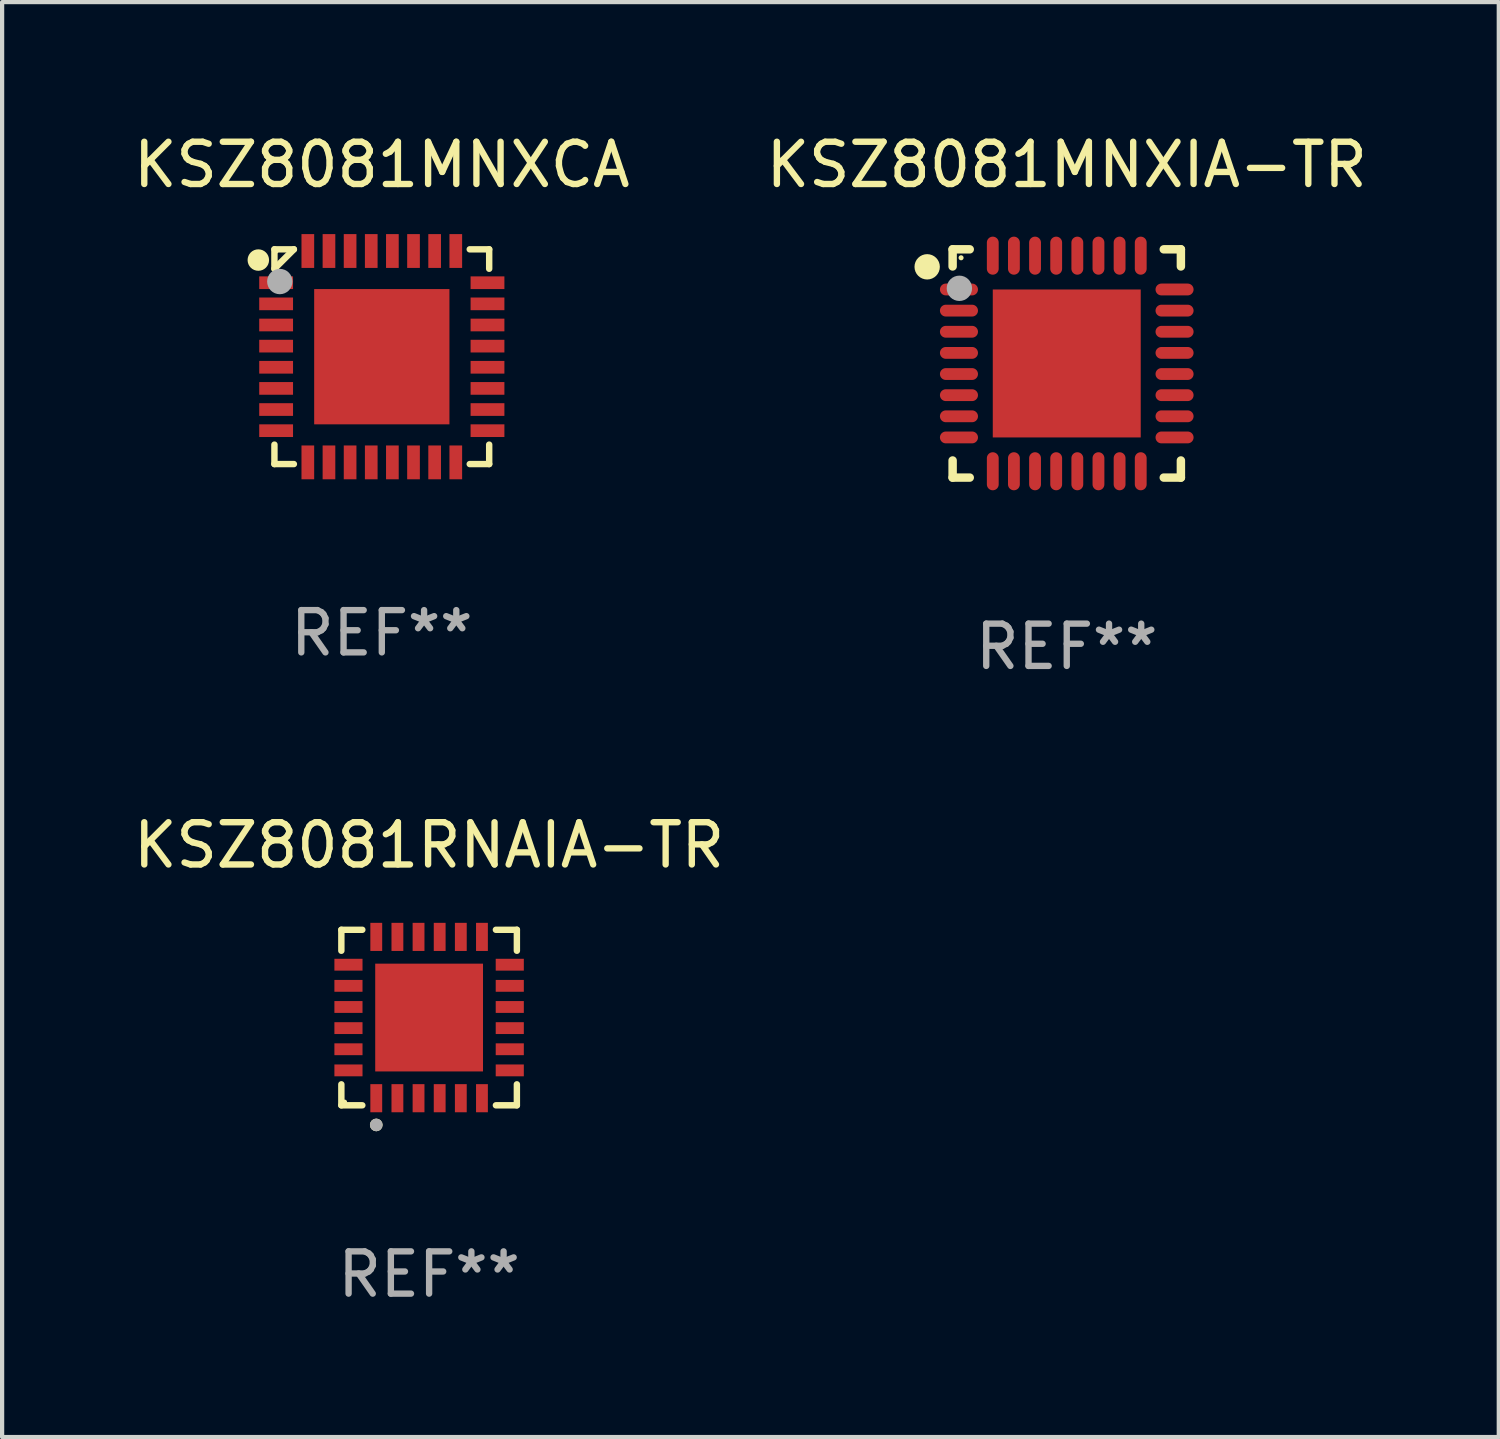
<source format=kicad_pcb>
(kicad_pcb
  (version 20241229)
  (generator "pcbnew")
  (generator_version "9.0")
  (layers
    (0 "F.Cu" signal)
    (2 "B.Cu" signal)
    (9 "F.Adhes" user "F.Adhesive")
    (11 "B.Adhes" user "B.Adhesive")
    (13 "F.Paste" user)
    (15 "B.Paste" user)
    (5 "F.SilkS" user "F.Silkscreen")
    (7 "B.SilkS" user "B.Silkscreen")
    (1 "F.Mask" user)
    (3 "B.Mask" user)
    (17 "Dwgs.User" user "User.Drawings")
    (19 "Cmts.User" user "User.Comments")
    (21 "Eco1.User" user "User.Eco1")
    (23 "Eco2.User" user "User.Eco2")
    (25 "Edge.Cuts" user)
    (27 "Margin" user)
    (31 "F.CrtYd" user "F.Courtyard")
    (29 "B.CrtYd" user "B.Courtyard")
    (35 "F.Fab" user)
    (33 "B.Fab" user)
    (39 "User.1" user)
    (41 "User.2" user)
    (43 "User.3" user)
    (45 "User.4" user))
  (footprint "KSZ8081MNXCA"
    (layer "F.Cu")
    (at 5.982 5.388)
    (property "Reference" "KSZ8081MNXCA" (at 0 -4.54 0) (layer "F.SilkS") (effects (font (size 1 1) (thickness 0.15))))
    (attr through_hole)
    (fp_line (start -2.54 -2.54) (end -2.08 -2.54) (stroke (width 0.152) (type solid)) (layer "F.SilkS"))
    (fp_line (start -2.54 -2.08) (end -2.54 -2.54) (stroke (width 0.152) (type solid)) (layer "F.SilkS"))
    (fp_line (start -2.54 -2.08) (end -2.08 -2.54) (stroke (width 0.152) (type solid)) (layer "F.SilkS"))
    (fp_line (start -2.54 2.54) (end -2.54 2.08) (stroke (width 0.152) (type solid)) (layer "F.SilkS"))
    (fp_line (start -2.08 2.54) (end -2.54 2.54) (stroke (width 0.152) (type solid)) (layer "F.SilkS"))
    (fp_line (start 2.08 -2.54) (end 2.54 -2.54) (stroke (width 0.152) (type solid)) (layer "F.SilkS"))
    (fp_line (start 2.54 -2.54) (end 2.54 -2.08) (stroke (width 0.152) (type solid)) (layer "F.SilkS"))
    (fp_line (start 2.54 2.08) (end 2.54 2.54) (stroke (width 0.152) (type solid)) (layer "F.SilkS"))
    (fp_line (start 2.54 2.54) (end 2.08 2.54) (stroke (width 0.152) (type solid)) (layer "F.SilkS"))
    (fp_circle (center -2.921 -2.286) (end -2.794 -2.286) (stroke (width 0.254) (type solid)) (fill no) (layer "F.SilkS"))
    (fp_circle (center -2.5 -2.5) (end -2.47 -2.5) (stroke (width 0.06) (type solid)) (fill no) (layer "F.SilkS"))
    (fp_circle (center -2.413 -1.778) (end -2.263 -1.778) (stroke (width 0.3) (type solid)) (fill no) (layer "F.Fab"))
    (fp_text user "REF**" (at 0 6.54 0) (layer "F.Fab") (effects (font (size 1 1) (thickness 0.15))))
    (pad "1" smd rect (at -2.5 -1.75 90) (size 0.3 0.8) (layers "F.Cu" "F.Mask" "F.Paste"))
    (pad "2" smd rect (at -2.5 -1.25 90) (size 0.3 0.8) (layers "F.Cu" "F.Mask" "F.Paste"))
    (pad "3" smd rect (at -2.5 -0.75 90) (size 0.3 0.8) (layers "F.Cu" "F.Mask" "F.Paste"))
    (pad "4" smd rect (at -2.5 -0.25 90) (size 0.3 0.8) (layers "F.Cu" "F.Mask" "F.Paste"))
    (pad "5" smd rect (at -2.5 0.25 90) (size 0.3 0.8) (layers "F.Cu" "F.Mask" "F.Paste"))
    (pad "6" smd rect (at -2.5 0.75 90) (size 0.3 0.8) (layers "F.Cu" "F.Mask" "F.Paste"))
    (pad "7" smd rect (at -2.5 1.25 90) (size 0.3 0.8) (layers "F.Cu" "F.Mask" "F.Paste"))
    (pad "8" smd rect (at -2.5 1.75 90) (size 0.3 0.8) (layers "F.Cu" "F.Mask" "F.Paste"))
    (pad "9" smd rect (at -1.75 2.5 180) (size 0.3 0.8) (layers "F.Cu" "F.Mask" "F.Paste"))
    (pad "10" smd rect (at -1.25 2.5 180) (size 0.3 0.8) (layers "F.Cu" "F.Mask" "F.Paste"))
    (pad "11" smd rect (at -0.75 2.5 180) (size 0.3 0.8) (layers "F.Cu" "F.Mask" "F.Paste"))
    (pad "12" smd rect (at -0.25 2.5 180) (size 0.3 0.8) (layers "F.Cu" "F.Mask" "F.Paste"))
    (pad "13" smd rect (at 0.25 2.5 180) (size 0.3 0.8) (layers "F.Cu" "F.Mask" "F.Paste"))
    (pad "14" smd rect (at 0.75 2.5 180) (size 0.3 0.8) (layers "F.Cu" "F.Mask" "F.Paste"))
    (pad "15" smd rect (at 1.25 2.5 180) (size 0.3 0.8) (layers "F.Cu" "F.Mask" "F.Paste"))
    (pad "16" smd rect (at 1.75 2.5 180) (size 0.3 0.8) (layers "F.Cu" "F.Mask" "F.Paste"))
    (pad "17" smd rect (at 2.5 1.75 270) (size 0.3 0.8) (layers "F.Cu" "F.Mask" "F.Paste"))
    (pad "18" smd rect (at 2.5 1.25 270) (size 0.3 0.8) (layers "F.Cu" "F.Mask" "F.Paste"))
    (pad "19" smd rect (at 2.5 0.75 270) (size 0.3 0.8) (layers "F.Cu" "F.Mask" "F.Paste"))
    (pad "20" smd rect (at 2.5 0.25 270) (size 0.3 0.8) (layers "F.Cu" "F.Mask" "F.Paste"))
    (pad "21" smd rect (at 2.5 -0.25 270) (size 0.3 0.8) (layers "F.Cu" "F.Mask" "F.Paste"))
    (pad "22" smd rect (at 2.5 -0.75 270) (size 0.3 0.8) (layers "F.Cu" "F.Mask" "F.Paste"))
    (pad "23" smd rect (at 2.5 -1.25 270) (size 0.3 0.8) (layers "F.Cu" "F.Mask" "F.Paste"))
    (pad "24" smd rect (at 2.5 -1.75 270) (size 0.3 0.8) (layers "F.Cu" "F.Mask" "F.Paste"))
    (pad "25" smd rect (at 1.75 -2.5) (size 0.3 0.8) (layers "F.Cu" "F.Mask" "F.Paste"))
    (pad "26" smd rect (at 1.25 -2.5) (size 0.3 0.8) (layers "F.Cu" "F.Mask" "F.Paste"))
    (pad "27" smd rect (at 0.75 -2.5) (size 0.3 0.8) (layers "F.Cu" "F.Mask" "F.Paste"))
    (pad "28" smd rect (at 0.25 -2.5) (size 0.3 0.8) (layers "F.Cu" "F.Mask" "F.Paste"))
    (pad "29" smd rect (at -0.25 -2.5) (size 0.3 0.8) (layers "F.Cu" "F.Mask" "F.Paste"))
    (pad "30" smd rect (at -0.75 -2.5) (size 0.3 0.8) (layers "F.Cu" "F.Mask" "F.Paste"))
    (pad "31" smd rect (at -1.25 -2.5) (size 0.3 0.8) (layers "F.Cu" "F.Mask" "F.Paste"))
    (pad "32" smd rect (at -1.75 -2.5) (size 0.3 0.8) (layers "F.Cu" "F.Mask" "F.Paste"))
    (pad "33" smd rect (at 0 0 90) (size 3.2 3.2) (layers "F.Cu" "F.Mask" "F.Paste")))
  (footprint "KSZ8081RNAIA-TR"
    (layer "F.Cu")
    (at 7.101 21.021)
    (property "Reference" "KSZ8081RNAIA-TR" (at 0 -4.076 0) (layer "F.SilkS") (effects (font (size 1 1) (thickness 0.15))))
    (attr through_hole)
    (fp_line (start -2.076 -2.076) (end -1.58 -2.076) (stroke (width 0.152) (type solid)) (layer "F.SilkS"))
    (fp_line (start -2.076 -1.58) (end -2.076 -2.076) (stroke (width 0.152) (type solid)) (layer "F.SilkS"))
    (fp_line (start -2.076 1.58) (end -2.076 2.076) (stroke (width 0.152) (type solid)) (layer "F.SilkS"))
    (fp_line (start -2.076 2.076) (end -1.58 2.076) (stroke (width 0.152) (type solid)) (layer "F.SilkS"))
    (fp_line (start 2.076 -2.076) (end 1.58 -2.076) (stroke (width 0.152) (type solid)) (layer "F.SilkS"))
    (fp_line (start 2.076 -1.58) (end 2.076 -2.076) (stroke (width 0.152) (type solid)) (layer "F.SilkS"))
    (fp_line (start 2.076 1.58) (end 2.076 2.076) (stroke (width 0.152) (type solid)) (layer "F.SilkS"))
    (fp_line (start 2.076 2.076) (end 1.58 2.076) (stroke (width 0.152) (type solid)) (layer "F.SilkS"))
    (fp_circle (center -2 2) (end -1.97 2) (stroke (width 0.06) (type solid)) (fill no) (layer "F.SilkS"))
    (fp_circle (center -1.25 2.54) (end -1.175 2.54) (stroke (width 0.15) (type solid)) (fill no) (layer "F.SilkS"))
    (fp_circle (center -1.25 2.54) (end -1.175 2.54) (stroke (width 0.15) (type solid)) (fill no) (layer "F.Fab"))
    (fp_text user "REF**" (at 0 6.076 0) (layer "F.Fab") (effects (font (size 1 1) (thickness 0.15))))
    (pad "1" smd rect (at -1.25 1.908) (size 0.28 0.665) (layers "F.Cu" "F.Mask" "F.Paste"))
    (pad "2" smd rect (at -0.75 1.908) (size 0.28 0.665) (layers "F.Cu" "F.Mask" "F.Paste"))
    (pad "3" smd rect (at -0.25 1.908) (size 0.28 0.665) (layers "F.Cu" "F.Mask" "F.Paste"))
    (pad "4" smd rect (at 0.25 1.908) (size 0.28 0.665) (layers "F.Cu" "F.Mask" "F.Paste"))
    (pad "5" smd rect (at 0.75 1.908) (size 0.28 0.665) (layers "F.Cu" "F.Mask" "F.Paste"))
    (pad "6" smd rect (at 1.25 1.908) (size 0.28 0.665) (layers "F.Cu" "F.Mask" "F.Paste"))
    (pad "7" smd rect (at 1.908 1.25) (size 0.665 0.28) (layers "F.Cu" "F.Mask" "F.Paste"))
    (pad "8" smd rect (at 1.908 0.75) (size 0.665 0.28) (layers "F.Cu" "F.Mask" "F.Paste"))
    (pad "9" smd rect (at 1.908 0.25) (size 0.665 0.28) (layers "F.Cu" "F.Mask" "F.Paste"))
    (pad "10" smd rect (at 1.908 -0.25) (size 0.665 0.28) (layers "F.Cu" "F.Mask" "F.Paste"))
    (pad "11" smd rect (at 1.908 -0.75) (size 0.665 0.28) (layers "F.Cu" "F.Mask" "F.Paste"))
    (pad "12" smd rect (at 1.908 -1.25) (size 0.665 0.28) (layers "F.Cu" "F.Mask" "F.Paste"))
    (pad "13" smd rect (at 1.25 -1.908) (size 0.28 0.665) (layers "F.Cu" "F.Mask" "F.Paste"))
    (pad "14" smd rect (at 0.75 -1.908) (size 0.28 0.665) (layers "F.Cu" "F.Mask" "F.Paste"))
    (pad "15" smd rect (at 0.25 -1.908) (size 0.28 0.665) (layers "F.Cu" "F.Mask" "F.Paste"))
    (pad "16" smd rect (at -0.25 -1.908) (size 0.28 0.665) (layers "F.Cu" "F.Mask" "F.Paste"))
    (pad "17" smd rect (at -0.75 -1.908) (size 0.28 0.665) (layers "F.Cu" "F.Mask" "F.Paste"))
    (pad "18" smd rect (at -1.25 -1.908) (size 0.28 0.665) (layers "F.Cu" "F.Mask" "F.Paste"))
    (pad "19" smd rect (at -1.908 -1.25) (size 0.665 0.28) (layers "F.Cu" "F.Mask" "F.Paste"))
    (pad "20" smd rect (at -1.908 -0.75) (size 0.665 0.28) (layers "F.Cu" "F.Mask" "F.Paste"))
    (pad "21" smd rect (at -1.908 -0.25) (size 0.665 0.28) (layers "F.Cu" "F.Mask" "F.Paste"))
    (pad "22" smd rect (at -1.908 0.25) (size 0.665 0.28) (layers "F.Cu" "F.Mask" "F.Paste"))
    (pad "23" smd rect (at -1.908 0.75) (size 0.665 0.28) (layers "F.Cu" "F.Mask" "F.Paste"))
    (pad "24" smd rect (at -1.908 1.25) (size 0.665 0.28) (layers "F.Cu" "F.Mask" "F.Paste"))
    (pad "25" smd rect (at 0 0) (size 2.55 2.55) (layers "F.Cu" "F.Mask" "F.Paste")))
  (footprint "KSZ8081MNXIA-TR"
    (layer "F.Cu")
    (at 22.185 5.548)
    (property "Reference" "KSZ8081MNXIA-TR" (at 0 -4.7 0) (layer "F.SilkS") (effects (font (size 1 1) (thickness 0.15))))
    (attr through_hole)
    (fp_line (start -2.7 -2.7) (end -2.295 -2.7) (stroke (width 0.2) (type solid)) (layer "F.SilkS"))
    (fp_line (start -2.7 -2.295) (end -2.7 -2.7) (stroke (width 0.2) (type solid)) (layer "F.SilkS"))
    (fp_line (start -2.7 2.295) (end -2.7 2.7) (stroke (width 0.2) (type solid)) (layer "F.SilkS"))
    (fp_line (start -2.7 2.7) (end -2.295 2.7) (stroke (width 0.2) (type solid)) (layer "F.SilkS"))
    (fp_line (start 2.295 -2.7) (end 2.7 -2.7) (stroke (width 0.2) (type solid)) (layer "F.SilkS"))
    (fp_line (start 2.295 2.7) (end 2.7 2.7) (stroke (width 0.2) (type solid)) (layer "F.SilkS"))
    (fp_line (start 2.7 -2.7) (end 2.7 -2.295) (stroke (width 0.2) (type solid)) (layer "F.SilkS"))
    (fp_line (start 2.7 2.7) (end 2.7 2.295) (stroke (width 0.2) (type solid)) (layer "F.SilkS"))
    (fp_circle (center -3.302 -2.286) (end -3.152 -2.286) (stroke (width 0.3) (type solid)) (fill no) (layer "F.SilkS"))
    (fp_circle (center -2.5 -2.5) (end -2.47 -2.5) (stroke (width 0.06) (type solid)) (fill no) (layer "F.SilkS"))
    (fp_circle (center -2.54 -1.778) (end -2.39 -1.778) (stroke (width 0.3) (type solid)) (fill no) (layer "F.Fab"))
    (fp_text user "REF**" (at 0 6.7 0) (layer "F.Fab") (effects (font (size 1 1) (thickness 0.15))))
    (pad "1" smd oval (at -2.55 -1.75 90) (size 0.28 0.9) (layers "F.Cu" "F.Mask" "F.Paste"))
    (pad "2" smd oval (at -2.55 -1.25 90) (size 0.28 0.9) (layers "F.Cu" "F.Mask" "F.Paste"))
    (pad "3" smd oval (at -2.55 -0.75 90) (size 0.28 0.9) (layers "F.Cu" "F.Mask" "F.Paste"))
    (pad "4" smd oval (at -2.55 -0.25 90) (size 0.28 0.9) (layers "F.Cu" "F.Mask" "F.Paste"))
    (pad "5" smd oval (at -2.55 0.25 90) (size 0.28 0.9) (layers "F.Cu" "F.Mask" "F.Paste"))
    (pad "6" smd oval (at -2.55 0.75 90) (size 0.28 0.9) (layers "F.Cu" "F.Mask" "F.Paste"))
    (pad "7" smd oval (at -2.55 1.25 90) (size 0.28 0.9) (layers "F.Cu" "F.Mask" "F.Paste"))
    (pad "8" smd oval (at -2.55 1.75 90) (size 0.28 0.9) (layers "F.Cu" "F.Mask" "F.Paste"))
    (pad "9" smd oval (at -1.75 2.55) (size 0.28 0.9) (layers "F.Cu" "F.Mask" "F.Paste"))
    (pad "10" smd oval (at -1.25 2.55) (size 0.28 0.9) (layers "F.Cu" "F.Mask" "F.Paste"))
    (pad "11" smd oval (at -0.75 2.55) (size 0.28 0.9) (layers "F.Cu" "F.Mask" "F.Paste"))
    (pad "12" smd oval (at -0.25 2.55) (size 0.28 0.9) (layers "F.Cu" "F.Mask" "F.Paste"))
    (pad "13" smd oval (at 0.25 2.55) (size 0.28 0.9) (layers "F.Cu" "F.Mask" "F.Paste"))
    (pad "14" smd oval (at 0.75 2.55) (size 0.28 0.9) (layers "F.Cu" "F.Mask" "F.Paste"))
    (pad "15" smd oval (at 1.25 2.55) (size 0.28 0.9) (layers "F.Cu" "F.Mask" "F.Paste"))
    (pad "16" smd oval (at 1.75 2.55) (size 0.28 0.9) (layers "F.Cu" "F.Mask" "F.Paste"))
    (pad "17" smd oval (at 2.55 1.75 90) (size 0.28 0.9) (layers "F.Cu" "F.Mask" "F.Paste"))
    (pad "18" smd oval (at 2.55 1.25 90) (size 0.28 0.9) (layers "F.Cu" "F.Mask" "F.Paste"))
    (pad "19" smd oval (at 2.55 0.75 90) (size 0.28 0.9) (layers "F.Cu" "F.Mask" "F.Paste"))
    (pad "20" smd oval (at 2.55 0.25 90) (size 0.28 0.9) (layers "F.Cu" "F.Mask" "F.Paste"))
    (pad "21" smd oval (at 2.55 -0.25 90) (size 0.28 0.9) (layers "F.Cu" "F.Mask" "F.Paste"))
    (pad "22" smd oval (at 2.55 -0.75 90) (size 0.28 0.9) (layers "F.Cu" "F.Mask" "F.Paste"))
    (pad "23" smd oval (at 2.55 -1.25 90) (size 0.28 0.9) (layers "F.Cu" "F.Mask" "F.Paste"))
    (pad "24" smd oval (at 2.55 -1.75 90) (size 0.28 0.9) (layers "F.Cu" "F.Mask" "F.Paste"))
    (pad "25" smd oval (at 1.75 -2.55) (size 0.28 0.9) (layers "F.Cu" "F.Mask" "F.Paste"))
    (pad "26" smd oval (at 1.25 -2.55) (size 0.28 0.9) (layers "F.Cu" "F.Mask" "F.Paste"))
    (pad "27" smd oval (at 0.75 -2.55) (size 0.28 0.9) (layers "F.Cu" "F.Mask" "F.Paste"))
    (pad "28" smd oval (at 0.25 -2.55) (size 0.28 0.9) (layers "F.Cu" "F.Mask" "F.Paste"))
    (pad "29" smd oval (at -0.25 -2.55) (size 0.28 0.9) (layers "F.Cu" "F.Mask" "F.Paste"))
    (pad "30" smd oval (at -0.75 -2.55) (size 0.28 0.9) (layers "F.Cu" "F.Mask" "F.Paste"))
    (pad "31" smd oval (at -1.25 -2.55) (size 0.28 0.9) (layers "F.Cu" "F.Mask" "F.Paste"))
    (pad "32" smd oval (at -1.75 -2.55) (size 0.28 0.9) (layers "F.Cu" "F.Mask" "F.Paste"))
    (pad "33" smd rect (at 0 0) (size 3.5 3.5) (layers "F.Cu" "F.Mask" "F.Paste")))
  (gr_rect
    (start -3 -3)
    (end 32.405 30.945)
    (stroke (width 0.1) (type default))
    (fill no)
    (layer "Edge.Cuts")))
</source>
